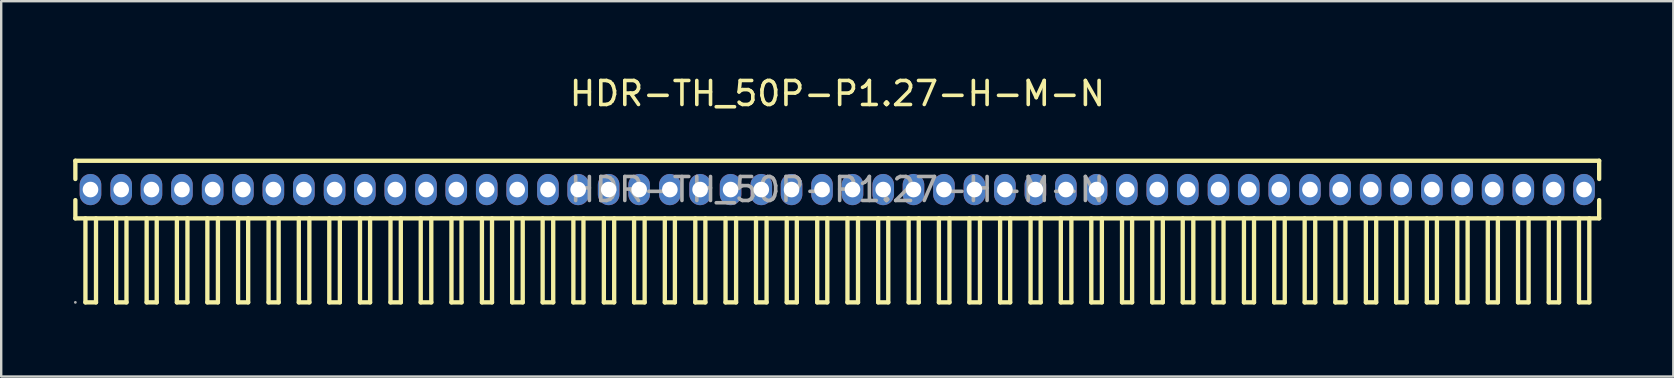
<source format=kicad_pcb>
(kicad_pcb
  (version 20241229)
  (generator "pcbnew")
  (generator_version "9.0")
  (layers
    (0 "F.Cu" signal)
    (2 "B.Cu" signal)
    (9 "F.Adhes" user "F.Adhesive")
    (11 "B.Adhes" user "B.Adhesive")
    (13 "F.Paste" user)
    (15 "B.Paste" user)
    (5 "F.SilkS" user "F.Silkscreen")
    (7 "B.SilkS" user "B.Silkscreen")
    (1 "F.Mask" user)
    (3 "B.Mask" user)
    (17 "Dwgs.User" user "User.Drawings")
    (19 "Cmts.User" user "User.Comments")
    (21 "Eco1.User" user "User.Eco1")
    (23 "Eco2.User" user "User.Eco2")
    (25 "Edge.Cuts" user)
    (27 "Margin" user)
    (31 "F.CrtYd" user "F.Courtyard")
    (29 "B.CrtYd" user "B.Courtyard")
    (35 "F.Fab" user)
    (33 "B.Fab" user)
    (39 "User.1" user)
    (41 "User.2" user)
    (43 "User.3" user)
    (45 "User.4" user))
  (footprint "HDR-TH_50P-P1.27-H-M-N"
    (layer "F.Cu")
    (at 31.84 4.848)
    (property "Reference" "HDR-TH_50P-P1.27-H-M-N" (at 0 -4 0) (layer "F.SilkS") (effects (font (size 1 1) (thickness 0.15))))
    (attr through_hole)
    (fp_line (start -31.75 -1.2) (end -31.75 -0.44) (stroke (width 0.18) (type solid)) (layer "F.SilkS"))
    (fp_line (start -31.75 -1.2) (end 31.74 -1.2) (stroke (width 0.18) (type solid)) (layer "F.SilkS"))
    (fp_line (start -31.75 0.44) (end -31.75 1.2) (stroke (width 0.18) (type solid)) (layer "F.SilkS"))
    (fp_line (start -31.75 1.2) (end 31.74 1.2) (stroke (width 0.18) (type solid)) (layer "F.SilkS"))
    (fp_line (start -31.33 1.2) (end -31.33 4.7) (stroke (width 0.18) (type solid)) (layer "F.SilkS"))
    (fp_line (start -31.33 4.7) (end -30.89 4.7) (stroke (width 0.18) (type solid)) (layer "F.SilkS"))
    (fp_line (start -30.89 4.7) (end -30.89 1.2) (stroke (width 0.18) (type solid)) (layer "F.SilkS"))
    (fp_line (start -30.05 1.2) (end -30.05 4.7) (stroke (width 0.18) (type solid)) (layer "F.SilkS"))
    (fp_line (start -30.05 4.7) (end -29.62 4.7) (stroke (width 0.18) (type solid)) (layer "F.SilkS"))
    (fp_line (start -29.62 4.7) (end -29.62 1.2) (stroke (width 0.18) (type solid)) (layer "F.SilkS"))
    (fp_line (start -28.78 1.2) (end -28.78 4.7) (stroke (width 0.18) (type solid)) (layer "F.SilkS"))
    (fp_line (start -28.78 4.7) (end -28.36 4.7) (stroke (width 0.18) (type solid)) (layer "F.SilkS"))
    (fp_line (start -28.36 4.7) (end -28.36 1.2) (stroke (width 0.18) (type solid)) (layer "F.SilkS"))
    (fp_line (start -27.52 1.2) (end -27.52 4.7) (stroke (width 0.18) (type solid)) (layer "F.SilkS"))
    (fp_line (start -27.52 4.7) (end -27.08 4.7) (stroke (width 0.18) (type solid)) (layer "F.SilkS"))
    (fp_line (start -27.08 4.7) (end -27.08 1.2) (stroke (width 0.18) (type solid)) (layer "F.SilkS"))
    (fp_line (start -26.25 1.2) (end -26.25 4.7) (stroke (width 0.18) (type solid)) (layer "F.SilkS"))
    (fp_line (start -26.25 4.7) (end -25.81 4.7) (stroke (width 0.18) (type solid)) (layer "F.SilkS"))
    (fp_line (start -25.81 4.7) (end -25.81 1.2) (stroke (width 0.18) (type solid)) (layer "F.SilkS"))
    (fp_line (start -24.97 1.2) (end -24.97 4.7) (stroke (width 0.18) (type solid)) (layer "F.SilkS"))
    (fp_line (start -24.97 4.7) (end -24.55 4.7) (stroke (width 0.18) (type solid)) (layer "F.SilkS"))
    (fp_line (start -24.55 4.7) (end -24.55 1.2) (stroke (width 0.18) (type solid)) (layer "F.SilkS"))
    (fp_line (start -23.7 1.2) (end -23.7 4.7) (stroke (width 0.18) (type solid)) (layer "F.SilkS"))
    (fp_line (start -23.7 4.7) (end -23.28 4.7) (stroke (width 0.18) (type solid)) (layer "F.SilkS"))
    (fp_line (start -23.28 4.7) (end -23.28 1.2) (stroke (width 0.18) (type solid)) (layer "F.SilkS"))
    (fp_line (start -22.44 1.2) (end -22.44 4.7) (stroke (width 0.18) (type solid)) (layer "F.SilkS"))
    (fp_line (start -22.44 4.7) (end -22 4.7) (stroke (width 0.18) (type solid)) (layer "F.SilkS"))
    (fp_line (start -22 4.7) (end -22 1.2) (stroke (width 0.18) (type solid)) (layer "F.SilkS"))
    (fp_line (start -21.17 1.2) (end -21.17 4.7) (stroke (width 0.18) (type solid)) (layer "F.SilkS"))
    (fp_line (start -21.17 4.7) (end -20.73 4.7) (stroke (width 0.18) (type solid)) (layer "F.SilkS"))
    (fp_line (start -20.73 4.7) (end -20.73 1.2) (stroke (width 0.18) (type solid)) (layer "F.SilkS"))
    (fp_line (start -19.89 1.2) (end -19.89 4.7) (stroke (width 0.18) (type solid)) (layer "F.SilkS"))
    (fp_line (start -19.89 4.7) (end -19.47 4.7) (stroke (width 0.18) (type solid)) (layer "F.SilkS"))
    (fp_line (start -19.47 4.7) (end -19.47 1.2) (stroke (width 0.18) (type solid)) (layer "F.SilkS"))
    (fp_line (start -18.62 1.2) (end -18.62 4.7) (stroke (width 0.18) (type solid)) (layer "F.SilkS"))
    (fp_line (start -18.62 4.7) (end -18.19 4.7) (stroke (width 0.18) (type solid)) (layer "F.SilkS"))
    (fp_line (start -18.19 4.7) (end -18.19 1.2) (stroke (width 0.18) (type solid)) (layer "F.SilkS"))
    (fp_line (start -17.36 1.2) (end -17.36 4.7) (stroke (width 0.18) (type solid)) (layer "F.SilkS"))
    (fp_line (start -17.36 4.7) (end -16.92 4.7) (stroke (width 0.18) (type solid)) (layer "F.SilkS"))
    (fp_line (start -16.92 4.7) (end -16.92 1.2) (stroke (width 0.18) (type solid)) (layer "F.SilkS"))
    (fp_line (start -16.08 1.2) (end -16.08 4.7) (stroke (width 0.18) (type solid)) (layer "F.SilkS"))
    (fp_line (start -16.08 4.7) (end -15.66 4.7) (stroke (width 0.18) (type solid)) (layer "F.SilkS"))
    (fp_line (start -15.66 4.7) (end -15.66 1.2) (stroke (width 0.18) (type solid)) (layer "F.SilkS"))
    (fp_line (start -14.81 1.2) (end -14.81 4.7) (stroke (width 0.18) (type solid)) (layer "F.SilkS"))
    (fp_line (start -14.81 4.7) (end -14.39 4.7) (stroke (width 0.18) (type solid)) (layer "F.SilkS"))
    (fp_line (start -14.39 4.7) (end -14.39 1.2) (stroke (width 0.18) (type solid)) (layer "F.SilkS"))
    (fp_line (start -13.55 1.2) (end -13.55 4.7) (stroke (width 0.18) (type solid)) (layer "F.SilkS"))
    (fp_line (start -13.55 4.7) (end -13.11 4.7) (stroke (width 0.18) (type solid)) (layer "F.SilkS"))
    (fp_line (start -13.11 4.7) (end -13.11 1.2) (stroke (width 0.18) (type solid)) (layer "F.SilkS"))
    (fp_line (start -12.28 1.2) (end -12.28 4.7) (stroke (width 0.18) (type solid)) (layer "F.SilkS"))
    (fp_line (start -12.28 4.7) (end -11.84 4.7) (stroke (width 0.18) (type solid)) (layer "F.SilkS"))
    (fp_line (start -11.84 4.7) (end -11.84 1.2) (stroke (width 0.18) (type solid)) (layer "F.SilkS"))
    (fp_line (start -11 1.2) (end -11 4.7) (stroke (width 0.18) (type solid)) (layer "F.SilkS"))
    (fp_line (start -11 4.7) (end -10.58 4.7) (stroke (width 0.18) (type solid)) (layer "F.SilkS"))
    (fp_line (start -10.58 4.7) (end -10.58 1.2) (stroke (width 0.18) (type solid)) (layer "F.SilkS"))
    (fp_line (start -9.73 1.2) (end -9.73 4.7) (stroke (width 0.18) (type solid)) (layer "F.SilkS"))
    (fp_line (start -9.73 4.7) (end -9.3 4.7) (stroke (width 0.18) (type solid)) (layer "F.SilkS"))
    (fp_line (start -9.3 4.7) (end -9.3 1.2) (stroke (width 0.18) (type solid)) (layer "F.SilkS"))
    (fp_line (start -8.47 1.2) (end -8.47 4.7) (stroke (width 0.18) (type solid)) (layer "F.SilkS"))
    (fp_line (start -8.47 4.7) (end -8.03 4.7) (stroke (width 0.18) (type solid)) (layer "F.SilkS"))
    (fp_line (start -8.03 4.7) (end -8.03 1.2) (stroke (width 0.18) (type solid)) (layer "F.SilkS"))
    (fp_line (start -7.19 1.2) (end -7.19 4.7) (stroke (width 0.18) (type solid)) (layer "F.SilkS"))
    (fp_line (start -7.19 4.7) (end -6.77 4.7) (stroke (width 0.18) (type solid)) (layer "F.SilkS"))
    (fp_line (start -6.77 4.7) (end -6.77 1.2) (stroke (width 0.18) (type solid)) (layer "F.SilkS"))
    (fp_line (start -5.92 1.2) (end -5.92 4.7) (stroke (width 0.18) (type solid)) (layer "F.SilkS"))
    (fp_line (start -5.92 4.7) (end -5.5 4.7) (stroke (width 0.18) (type solid)) (layer "F.SilkS"))
    (fp_line (start -5.5 4.7) (end -5.5 1.2) (stroke (width 0.18) (type solid)) (layer "F.SilkS"))
    (fp_line (start -4.66 1.2) (end -4.66 4.7) (stroke (width 0.18) (type solid)) (layer "F.SilkS"))
    (fp_line (start -4.66 4.7) (end -4.22 4.7) (stroke (width 0.18) (type solid)) (layer "F.SilkS"))
    (fp_line (start -4.22 4.7) (end -4.22 1.2) (stroke (width 0.18) (type solid)) (layer "F.SilkS"))
    (fp_line (start -3.39 1.2) (end -3.39 4.7) (stroke (width 0.18) (type solid)) (layer "F.SilkS"))
    (fp_line (start -3.39 4.7) (end -2.95 4.7) (stroke (width 0.18) (type solid)) (layer "F.SilkS"))
    (fp_line (start -2.95 4.7) (end -2.95 1.2) (stroke (width 0.18) (type solid)) (layer "F.SilkS"))
    (fp_line (start -2.11 1.2) (end -2.11 4.7) (stroke (width 0.18) (type solid)) (layer "F.SilkS"))
    (fp_line (start -2.11 4.7) (end -1.69 4.7) (stroke (width 0.18) (type solid)) (layer "F.SilkS"))
    (fp_line (start -1.69 4.7) (end -1.69 1.2) (stroke (width 0.18) (type solid)) (layer "F.SilkS"))
    (fp_line (start -0.84 1.2) (end -0.84 4.7) (stroke (width 0.18) (type solid)) (layer "F.SilkS"))
    (fp_line (start -0.84 4.7) (end -0.42 4.7) (stroke (width 0.18) (type solid)) (layer "F.SilkS"))
    (fp_line (start -0.42 4.7) (end -0.42 1.2) (stroke (width 0.18) (type solid)) (layer "F.SilkS"))
    (fp_line (start 0.42 1.2) (end 0.42 4.7) (stroke (width 0.18) (type solid)) (layer "F.SilkS"))
    (fp_line (start 0.42 4.7) (end 0.86 4.7) (stroke (width 0.18) (type solid)) (layer "F.SilkS"))
    (fp_line (start 0.86 4.7) (end 0.86 1.2) (stroke (width 0.18) (type solid)) (layer "F.SilkS"))
    (fp_line (start 1.7 1.2) (end 1.7 4.7) (stroke (width 0.18) (type solid)) (layer "F.SilkS"))
    (fp_line (start 1.7 4.7) (end 2.12 4.7) (stroke (width 0.18) (type solid)) (layer "F.SilkS"))
    (fp_line (start 2.12 4.7) (end 2.12 1.2) (stroke (width 0.18) (type solid)) (layer "F.SilkS"))
    (fp_line (start 2.97 1.2) (end 2.97 4.7) (stroke (width 0.18) (type solid)) (layer "F.SilkS"))
    (fp_line (start 2.97 4.7) (end 3.39 4.7) (stroke (width 0.18) (type solid)) (layer "F.SilkS"))
    (fp_line (start 3.39 4.7) (end 3.39 1.2) (stroke (width 0.18) (type solid)) (layer "F.SilkS"))
    (fp_line (start 4.23 1.2) (end 4.23 4.7) (stroke (width 0.18) (type solid)) (layer "F.SilkS"))
    (fp_line (start 4.23 4.7) (end 4.67 4.7) (stroke (width 0.18) (type solid)) (layer "F.SilkS"))
    (fp_line (start 4.67 4.7) (end 4.67 1.2) (stroke (width 0.18) (type solid)) (layer "F.SilkS"))
    (fp_line (start 5.5 1.2) (end 5.5 4.7) (stroke (width 0.18) (type solid)) (layer "F.SilkS"))
    (fp_line (start 5.5 4.7) (end 5.94 4.7) (stroke (width 0.18) (type solid)) (layer "F.SilkS"))
    (fp_line (start 5.94 4.7) (end 5.94 1.2) (stroke (width 0.18) (type solid)) (layer "F.SilkS"))
    (fp_line (start 6.78 1.2) (end 6.78 4.7) (stroke (width 0.18) (type solid)) (layer "F.SilkS"))
    (fp_line (start 6.78 4.7) (end 7.2 4.7) (stroke (width 0.18) (type solid)) (layer "F.SilkS"))
    (fp_line (start 7.2 4.7) (end 7.2 1.2) (stroke (width 0.18) (type solid)) (layer "F.SilkS"))
    (fp_line (start 8.05 1.2) (end 8.05 4.7) (stroke (width 0.18) (type solid)) (layer "F.SilkS"))
    (fp_line (start 8.05 4.7) (end 8.47 4.7) (stroke (width 0.18) (type solid)) (layer "F.SilkS"))
    (fp_line (start 8.47 4.7) (end 8.47 1.2) (stroke (width 0.18) (type solid)) (layer "F.SilkS"))
    (fp_line (start 9.31 1.2) (end 9.31 4.7) (stroke (width 0.18) (type solid)) (layer "F.SilkS"))
    (fp_line (start 9.31 4.7) (end 9.75 4.7) (stroke (width 0.18) (type solid)) (layer "F.SilkS"))
    (fp_line (start 9.75 4.7) (end 9.75 1.2) (stroke (width 0.18) (type solid)) (layer "F.SilkS"))
    (fp_line (start 10.58 1.2) (end 10.58 4.7) (stroke (width 0.18) (type solid)) (layer "F.SilkS"))
    (fp_line (start 10.58 4.7) (end 11.02 4.7) (stroke (width 0.18) (type solid)) (layer "F.SilkS"))
    (fp_line (start 11.02 4.7) (end 11.02 1.2) (stroke (width 0.18) (type solid)) (layer "F.SilkS"))
    (fp_line (start 11.86 1.2) (end 11.86 4.7) (stroke (width 0.18) (type solid)) (layer "F.SilkS"))
    (fp_line (start 11.86 4.7) (end 12.28 4.7) (stroke (width 0.18) (type solid)) (layer "F.SilkS"))
    (fp_line (start 12.28 4.7) (end 12.28 1.2) (stroke (width 0.18) (type solid)) (layer "F.SilkS"))
    (fp_line (start 13.12 1.2) (end 13.12 4.7) (stroke (width 0.18) (type solid)) (layer "F.SilkS"))
    (fp_line (start 13.12 4.7) (end 13.56 4.7) (stroke (width 0.18) (type solid)) (layer "F.SilkS"))
    (fp_line (start 13.56 4.7) (end 13.56 1.2) (stroke (width 0.18) (type solid)) (layer "F.SilkS"))
    (fp_line (start 14.39 1.2) (end 14.39 4.7) (stroke (width 0.18) (type solid)) (layer "F.SilkS"))
    (fp_line (start 14.39 4.7) (end 14.83 4.7) (stroke (width 0.18) (type solid)) (layer "F.SilkS"))
    (fp_line (start 14.83 4.7) (end 14.83 1.2) (stroke (width 0.18) (type solid)) (layer "F.SilkS"))
    (fp_line (start 15.67 1.2) (end 15.67 4.7) (stroke (width 0.18) (type solid)) (layer "F.SilkS"))
    (fp_line (start 15.67 4.7) (end 16.09 4.7) (stroke (width 0.18) (type solid)) (layer "F.SilkS"))
    (fp_line (start 16.09 4.7) (end 16.09 1.2) (stroke (width 0.18) (type solid)) (layer "F.SilkS"))
    (fp_line (start 16.94 1.2) (end 16.94 4.7) (stroke (width 0.18) (type solid)) (layer "F.SilkS"))
    (fp_line (start 16.94 4.7) (end 17.36 4.7) (stroke (width 0.18) (type solid)) (layer "F.SilkS"))
    (fp_line (start 17.36 4.7) (end 17.36 1.2) (stroke (width 0.18) (type solid)) (layer "F.SilkS"))
    (fp_line (start 18.2 1.2) (end 18.2 4.7) (stroke (width 0.18) (type solid)) (layer "F.SilkS"))
    (fp_line (start 18.2 4.7) (end 18.64 4.7) (stroke (width 0.18) (type solid)) (layer "F.SilkS"))
    (fp_line (start 18.64 4.7) (end 18.64 1.2) (stroke (width 0.18) (type solid)) (layer "F.SilkS"))
    (fp_line (start 19.47 1.2) (end 19.47 4.7) (stroke (width 0.18) (type solid)) (layer "F.SilkS"))
    (fp_line (start 19.47 4.7) (end 19.91 4.7) (stroke (width 0.18) (type solid)) (layer "F.SilkS"))
    (fp_line (start 19.91 4.7) (end 19.91 1.2) (stroke (width 0.18) (type solid)) (layer "F.SilkS"))
    (fp_line (start 20.75 1.2) (end 20.75 4.7) (stroke (width 0.18) (type solid)) (layer "F.SilkS"))
    (fp_line (start 20.75 4.7) (end 21.17 4.7) (stroke (width 0.18) (type solid)) (layer "F.SilkS"))
    (fp_line (start 21.17 4.7) (end 21.17 1.2) (stroke (width 0.18) (type solid)) (layer "F.SilkS"))
    (fp_line (start 22.02 1.2) (end 22.02 4.7) (stroke (width 0.18) (type solid)) (layer "F.SilkS"))
    (fp_line (start 22.02 4.7) (end 22.45 4.7) (stroke (width 0.18) (type solid)) (layer "F.SilkS"))
    (fp_line (start 22.45 4.7) (end 22.45 1.2) (stroke (width 0.18) (type solid)) (layer "F.SilkS"))
    (fp_line (start 23.28 1.2) (end 23.28 4.7) (stroke (width 0.18) (type solid)) (layer "F.SilkS"))
    (fp_line (start 23.28 4.7) (end 23.72 4.7) (stroke (width 0.18) (type solid)) (layer "F.SilkS"))
    (fp_line (start 23.72 4.7) (end 23.72 1.2) (stroke (width 0.18) (type solid)) (layer "F.SilkS"))
    (fp_line (start 24.56 1.2) (end 24.56 4.7) (stroke (width 0.18) (type solid)) (layer "F.SilkS"))
    (fp_line (start 24.56 4.7) (end 24.98 4.7) (stroke (width 0.18) (type solid)) (layer "F.SilkS"))
    (fp_line (start 24.98 4.7) (end 24.98 1.2) (stroke (width 0.18) (type solid)) (layer "F.SilkS"))
    (fp_line (start 25.83 1.2) (end 25.83 4.7) (stroke (width 0.18) (type solid)) (layer "F.SilkS"))
    (fp_line (start 25.83 4.7) (end 26.26 4.7) (stroke (width 0.18) (type solid)) (layer "F.SilkS"))
    (fp_line (start 26.26 4.7) (end 26.26 1.2) (stroke (width 0.18) (type solid)) (layer "F.SilkS"))
    (fp_line (start 27.1 1.2) (end 27.1 4.7) (stroke (width 0.18) (type solid)) (layer "F.SilkS"))
    (fp_line (start 27.1 4.7) (end 27.52 4.7) (stroke (width 0.18) (type solid)) (layer "F.SilkS"))
    (fp_line (start 27.52 4.7) (end 27.52 1.2) (stroke (width 0.18) (type solid)) (layer "F.SilkS"))
    (fp_line (start 28.36 1.2) (end 28.36 4.7) (stroke (width 0.18) (type solid)) (layer "F.SilkS"))
    (fp_line (start 28.36 4.7) (end 28.8 4.7) (stroke (width 0.18) (type solid)) (layer "F.SilkS"))
    (fp_line (start 28.8 4.7) (end 28.8 1.2) (stroke (width 0.18) (type solid)) (layer "F.SilkS"))
    (fp_line (start 29.64 1.2) (end 29.64 4.7) (stroke (width 0.18) (type solid)) (layer "F.SilkS"))
    (fp_line (start 29.64 4.7) (end 30.07 4.7) (stroke (width 0.18) (type solid)) (layer "F.SilkS"))
    (fp_line (start 30.07 4.7) (end 30.07 1.2) (stroke (width 0.18) (type solid)) (layer "F.SilkS"))
    (fp_line (start 30.9 1.2) (end 30.9 4.7) (stroke (width 0.18) (type solid)) (layer "F.SilkS"))
    (fp_line (start 30.9 4.7) (end 31.33 4.7) (stroke (width 0.18) (type solid)) (layer "F.SilkS"))
    (fp_line (start 31.33 4.7) (end 31.33 1.2) (stroke (width 0.18) (type solid)) (layer "F.SilkS"))
    (fp_line (start 31.74 -1.2) (end 31.74 -0.44) (stroke (width 0.18) (type solid)) (layer "F.SilkS"))
    (fp_line (start 31.74 0.44) (end 31.74 1.2) (stroke (width 0.18) (type solid)) (layer "F.SilkS"))
    (fp_circle (center -31.75 4.7) (end -31.72 4.7) (stroke (width 0.06) (type solid)) (fill no) (layer "F.Fab"))
    (fp_text user "${REFERENCE}" (at 0 0 0) (layer "F.Fab") (effects (font (size 1 1) (thickness 0.15))))
    (pad "1" thru_hole oval (at -31.12 0) (size 0.9 1.3) (drill 0.65) (layers "*.Cu" "*.Paste" "*.Mask"))
    (pad "2" thru_hole oval (at -29.84 0) (size 0.9 1.3) (drill 0.65) (layers "*.Cu" "*.Paste" "*.Mask"))
    (pad "3" thru_hole oval (at -28.58 0) (size 0.9 1.3) (drill 0.65) (layers "*.Cu" "*.Paste" "*.Mask"))
    (pad "4" thru_hole oval (at -27.31 0) (size 0.9 1.3) (drill 0.65) (layers "*.Cu" "*.Paste" "*.Mask"))
    (pad "5" thru_hole oval (at -26.03 0) (size 0.9 1.3) (drill 0.65) (layers "*.Cu" "*.Paste" "*.Mask"))
    (pad "6" thru_hole oval (at -24.77 0) (size 0.9 1.3) (drill 0.65) (layers "*.Cu" "*.Paste" "*.Mask"))
    (pad "7" thru_hole oval (at -23.5 0) (size 0.9 1.3) (drill 0.65) (layers "*.Cu" "*.Paste" "*.Mask"))
    (pad "8" thru_hole oval (at -22.23 0) (size 0.9 1.3) (drill 0.65) (layers "*.Cu" "*.Paste" "*.Mask"))
    (pad "9" thru_hole oval (at -20.95 0) (size 0.9 1.3) (drill 0.65) (layers "*.Cu" "*.Paste" "*.Mask"))
    (pad "10" thru_hole oval (at -19.69 0) (size 0.9 1.3) (drill 0.65) (layers "*.Cu" "*.Paste" "*.Mask"))
    (pad "11" thru_hole oval (at -18.42 0) (size 0.9 1.3) (drill 0.65) (layers "*.Cu" "*.Paste" "*.Mask"))
    (pad "12" thru_hole oval (at -17.14 0) (size 0.9 1.3) (drill 0.65) (layers "*.Cu" "*.Paste" "*.Mask"))
    (pad "13" thru_hole oval (at -15.88 0) (size 0.9 1.3) (drill 0.65) (layers "*.Cu" "*.Paste" "*.Mask"))
    (pad "14" thru_hole oval (at -14.61 0) (size 0.9 1.3) (drill 0.65) (layers "*.Cu" "*.Paste" "*.Mask"))
    (pad "15" thru_hole oval (at -13.34 0) (size 0.9 1.3) (drill 0.65) (layers "*.Cu" "*.Paste" "*.Mask"))
    (pad "16" thru_hole oval (at -12.06 0) (size 0.9 1.3) (drill 0.65) (layers "*.Cu" "*.Paste" "*.Mask"))
    (pad "17" thru_hole oval (at -10.8 0) (size 0.9 1.3) (drill 0.65) (layers "*.Cu" "*.Paste" "*.Mask"))
    (pad "18" thru_hole oval (at -9.53 0) (size 0.9 1.3) (drill 0.65) (layers "*.Cu" "*.Paste" "*.Mask"))
    (pad "19" thru_hole oval (at -8.26 0) (size 0.9 1.3) (drill 0.65) (layers "*.Cu" "*.Paste" "*.Mask"))
    (pad "20" thru_hole oval (at -6.98 0) (size 0.9 1.3) (drill 0.65) (layers "*.Cu" "*.Paste" "*.Mask"))
    (pad "21" thru_hole oval (at -5.72 0) (size 0.9 1.3) (drill 0.65) (layers "*.Cu" "*.Paste" "*.Mask"))
    (pad "22" thru_hole oval (at -4.45 0) (size 0.9 1.3) (drill 0.65) (layers "*.Cu" "*.Paste" "*.Mask"))
    (pad "23" thru_hole oval (at -3.17 0) (size 0.9 1.3) (drill 0.65) (layers "*.Cu" "*.Paste" "*.Mask"))
    (pad "24" thru_hole oval (at -1.91 0) (size 0.9 1.3) (drill 0.65) (layers "*.Cu" "*.Paste" "*.Mask"))
    (pad "25" thru_hole oval (at -0.64 0) (size 0.9 1.3) (drill 0.65) (layers "*.Cu" "*.Paste" "*.Mask"))
    (pad "26" thru_hole oval (at 0.63 0) (size 0.9 1.3) (drill 0.65) (layers "*.Cu" "*.Paste" "*.Mask"))
    (pad "27" thru_hole oval (at 1.91 0) (size 0.9 1.3) (drill 0.65) (layers "*.Cu" "*.Paste" "*.Mask"))
    (pad "28" thru_hole oval (at 3.17 0) (size 0.9 1.3) (drill 0.65) (layers "*.Cu" "*.Paste" "*.Mask"))
    (pad "29" thru_hole oval (at 4.44 0) (size 0.9 1.3) (drill 0.65) (layers "*.Cu" "*.Paste" "*.Mask"))
    (pad "30" thru_hole oval (at 5.71 0) (size 0.9 1.3) (drill 0.65) (layers "*.Cu" "*.Paste" "*.Mask"))
    (pad "31" thru_hole oval (at 6.98 0) (size 0.9 1.3) (drill 0.65) (layers "*.Cu" "*.Paste" "*.Mask"))
    (pad "32" thru_hole oval (at 8.25 0) (size 0.9 1.3) (drill 0.65) (layers "*.Cu" "*.Paste" "*.Mask"))
    (pad "33" thru_hole oval (at 9.52 0) (size 0.9 1.3) (drill 0.65) (layers "*.Cu" "*.Paste" "*.Mask"))
    (pad "34" thru_hole oval (at 10.8 0) (size 0.9 1.3) (drill 0.65) (layers "*.Cu" "*.Paste" "*.Mask"))
    (pad "35" thru_hole oval (at 12.06 0) (size 0.9 1.3) (drill 0.65) (layers "*.Cu" "*.Paste" "*.Mask"))
    (pad "36" thru_hole oval (at 13.33 0) (size 0.9 1.3) (drill 0.65) (layers "*.Cu" "*.Paste" "*.Mask"))
    (pad "37" thru_hole oval (at 14.6 0) (size 0.9 1.3) (drill 0.65) (layers "*.Cu" "*.Paste" "*.Mask"))
    (pad "38" thru_hole oval (at 15.88 0) (size 0.9 1.3) (drill 0.65) (layers "*.Cu" "*.Paste" "*.Mask"))
    (pad "39" thru_hole oval (at 17.14 0) (size 0.9 1.3) (drill 0.65) (layers "*.Cu" "*.Paste" "*.Mask"))
    (pad "40" thru_hole oval (at 18.41 0) (size 0.9 1.3) (drill 0.65) (layers "*.Cu" "*.Paste" "*.Mask"))
    (pad "41" thru_hole oval (at 19.69 0) (size 0.9 1.3) (drill 0.65) (layers "*.Cu" "*.Paste" "*.Mask"))
    (pad "42" thru_hole oval (at 20.95 0) (size 0.9 1.3) (drill 0.65) (layers "*.Cu" "*.Paste" "*.Mask"))
    (pad "43" thru_hole oval (at 22.22 0) (size 0.9 1.3) (drill 0.65) (layers "*.Cu" "*.Paste" "*.Mask"))
    (pad "44" thru_hole oval (at 23.49 0) (size 0.9 1.3) (drill 0.65) (layers "*.Cu" "*.Paste" "*.Mask"))
    (pad "45" thru_hole oval (at 24.77 0) (size 0.9 1.3) (drill 0.65) (layers "*.Cu" "*.Paste" "*.Mask"))
    (pad "46" thru_hole oval (at 26.03 0) (size 0.9 1.3) (drill 0.65) (layers "*.Cu" "*.Paste" "*.Mask"))
    (pad "47" thru_hole oval (at 27.3 0) (size 0.9 1.3) (drill 0.65) (layers "*.Cu" "*.Paste" "*.Mask"))
    (pad "48" thru_hole oval (at 28.58 0) (size 0.9 1.3) (drill 0.65) (layers "*.Cu" "*.Paste" "*.Mask"))
    (pad "49" thru_hole oval (at 29.84 0) (size 0.9 1.3) (drill 0.65) (layers "*.Cu" "*.Paste" "*.Mask"))
    (pad "50" thru_hole oval (at 31.11 0) (size 0.9 1.3) (drill 0.65) (layers "*.Cu" "*.Paste" "*.Mask")))
  (gr_rect
    (start -3 -3)
    (end 66.67 12.638)
    (stroke (width 0.1) (type default))
    (fill no)
    (layer "Edge.Cuts")))
</source>
